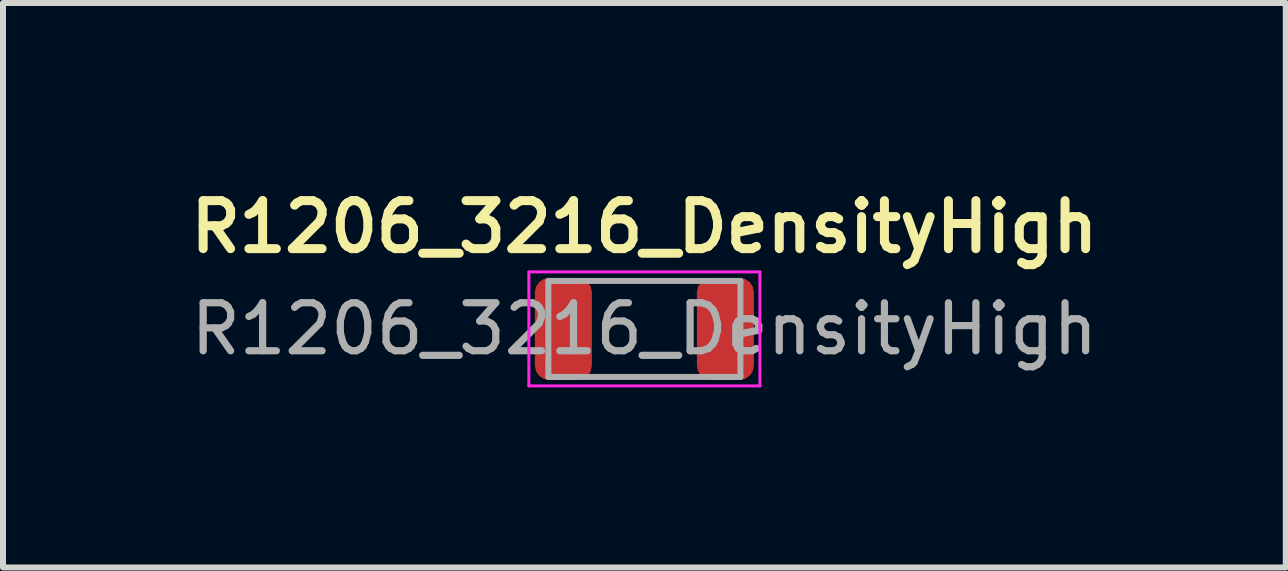
<source format=kicad_pcb>
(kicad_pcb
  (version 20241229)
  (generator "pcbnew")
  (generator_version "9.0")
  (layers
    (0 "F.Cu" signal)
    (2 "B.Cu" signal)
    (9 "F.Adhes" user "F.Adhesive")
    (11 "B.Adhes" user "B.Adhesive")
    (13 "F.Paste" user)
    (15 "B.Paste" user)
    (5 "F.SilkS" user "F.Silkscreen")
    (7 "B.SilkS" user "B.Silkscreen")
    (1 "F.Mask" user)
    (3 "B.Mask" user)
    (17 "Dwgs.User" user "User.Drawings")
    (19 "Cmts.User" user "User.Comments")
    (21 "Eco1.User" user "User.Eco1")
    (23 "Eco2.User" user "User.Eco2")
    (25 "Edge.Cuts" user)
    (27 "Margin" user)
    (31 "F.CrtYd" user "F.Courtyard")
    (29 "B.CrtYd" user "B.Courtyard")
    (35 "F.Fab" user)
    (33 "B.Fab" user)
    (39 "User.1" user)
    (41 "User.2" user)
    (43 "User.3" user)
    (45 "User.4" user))
  (footprint "R1206_3216_DensityHigh"
    (layer "F.Cu")
    (at 7.688 2.431)
    (property "Reference" "R1206_3216_DensityHigh" (at 0 -1.7 0) (layer "F.SilkS") (effects (font (size 0.8 0.8) (thickness 0.15))))
    (attr smd)
    (fp_line (start -1.925 -0.95) (end 1.925 -0.95) (stroke (width 0.05) (type solid)) (layer "F.CrtYd"))
    (fp_line (start -1.925 0.95) (end -1.925 -0.95) (stroke (width 0.05) (type solid)) (layer "F.CrtYd"))
    (fp_line (start 1.925 -0.95) (end 1.925 0.95) (stroke (width 0.05) (type solid)) (layer "F.CrtYd"))
    (fp_line (start 1.925 0.95) (end -1.925 0.95) (stroke (width 0.05) (type solid)) (layer "F.CrtYd"))
    (fp_line (start -1.6 -0.8) (end 1.6 -0.8) (stroke (width 0.1) (type solid)) (layer "F.Fab"))
    (fp_line (start -1.6 0.8) (end -1.6 -0.8) (stroke (width 0.1) (type solid)) (layer "F.Fab"))
    (fp_line (start 1.6 -0.8) (end 1.6 0.8) (stroke (width 0.1) (type solid)) (layer "F.Fab"))
    (fp_line (start 1.6 0.8) (end -1.6 0.8) (stroke (width 0.1) (type solid)) (layer "F.Fab"))
    (fp_text user "${REFERENCE}" (at 0 0 0) (layer "F.Fab") (effects (font (size 0.8 0.8) (thickness 0.12))))
    (pad "1" smd roundrect (at -1.35 0) (size 0.95 1.7) (layers "F.Cu" "F.Mask" "F.Paste") (roundrect_rratio 0.25))
    (pad "2" smd roundrect (at 1.35 0) (size 0.95 1.7) (layers "F.Cu" "F.Mask" "F.Paste") (roundrect_rratio 0.25)))
  (gr_rect
    (start -3 -3)
    (end 18.376 6.406)
    (stroke (width 0.1) (type default))
    (fill no)
    (layer "Edge.Cuts")))
</source>
